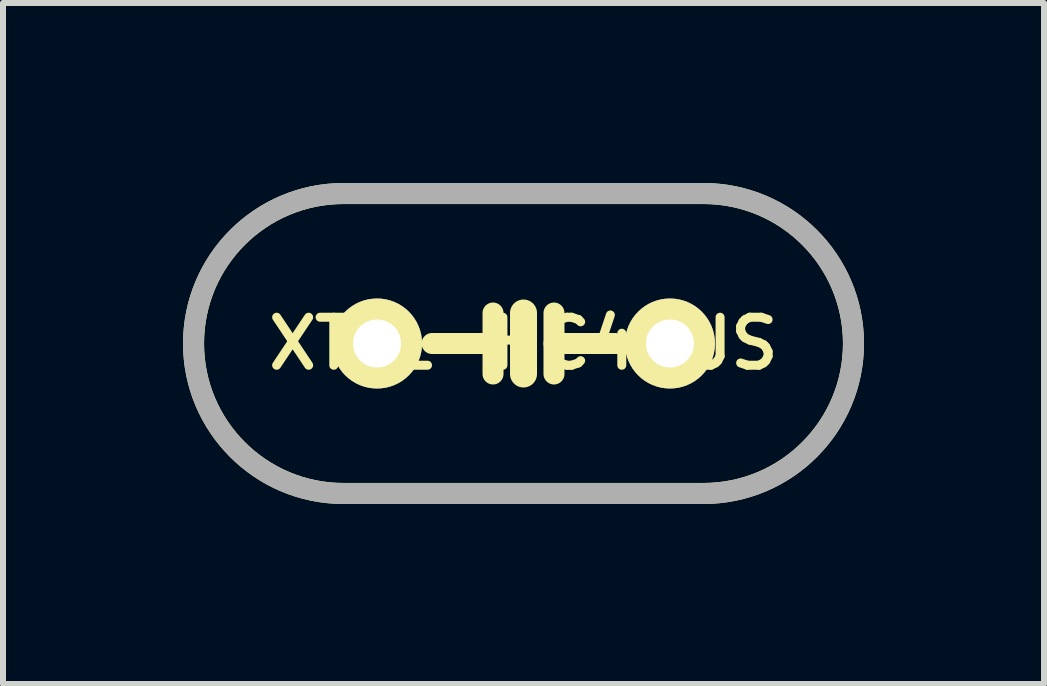
<source format=kicad_pcb>
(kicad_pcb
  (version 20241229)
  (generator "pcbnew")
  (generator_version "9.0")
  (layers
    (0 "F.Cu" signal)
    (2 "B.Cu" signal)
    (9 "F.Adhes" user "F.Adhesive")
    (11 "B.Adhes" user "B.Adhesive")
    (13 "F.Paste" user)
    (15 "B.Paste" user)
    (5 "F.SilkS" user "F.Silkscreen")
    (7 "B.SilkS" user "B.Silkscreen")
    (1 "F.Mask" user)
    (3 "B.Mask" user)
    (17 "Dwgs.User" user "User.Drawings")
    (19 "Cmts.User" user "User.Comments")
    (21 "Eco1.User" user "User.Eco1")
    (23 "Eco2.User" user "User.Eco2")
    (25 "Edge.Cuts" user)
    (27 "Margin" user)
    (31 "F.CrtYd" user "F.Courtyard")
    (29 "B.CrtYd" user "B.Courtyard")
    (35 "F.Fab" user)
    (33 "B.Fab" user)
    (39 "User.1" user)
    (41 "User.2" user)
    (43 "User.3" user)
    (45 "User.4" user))
  (footprint "XTAL-HC49US"
    (layer "F.Cu")
    (at 5.675 2.675)
    (property "Reference" "XTAL-HC49US" (at 0 0 0) (layer "F.SilkS") (effects (font (size 0.8 0.8) (thickness 0.15))))
    (attr through_hole)
    (fp_line (start -3 2.499) (end 3 2.499) (stroke (width 0.35) (type solid)) (layer "F.SilkS"))
    (fp_line (start -0.508 -0.508) (end -0.508 0.508) (stroke (width 0.35) (type solid)) (layer "F.SilkS"))
    (fp_line (start -0.508 0) (end -1.524 0) (stroke (width 0.35) (type solid)) (layer "F.SilkS"))
    (fp_line (start 0 -0.508) (end 0 0.508) (stroke (width 0.45) (type solid)) (layer "F.SilkS"))
    (fp_line (start 0.508 -0.508) (end 0.508 0.508) (stroke (width 0.35) (type solid)) (layer "F.SilkS"))
    (fp_line (start 0.508 0) (end 1.524 0) (stroke (width 0.35) (type solid)) (layer "F.SilkS"))
    (fp_line (start 3 -2.499) (end -3 -2.499) (stroke (width 0.35) (type solid)) (layer "F.SilkS"))
    (fp_arc (start -5.4991 0) (mid -4.767054 -1.767314) (end -2.99974 -2.49936) (stroke (width 0.35) (type solid)) (layer "F.SilkS"))
    (fp_arc (start -2.99974 2.49936) (mid -4.767054 1.767314) (end -5.4991 0) (stroke (width 0.35) (type solid)) (layer "F.SilkS"))
    (fp_arc (start 2.99974 -2.49936) (mid 4.767054 -1.767314) (end 5.4991 0) (stroke (width 0.35) (type solid)) (layer "F.SilkS"))
    (fp_arc (start 5.4991 0) (mid 4.767054 1.767314) (end 2.99974 2.49936) (stroke (width 0.35) (type solid)) (layer "F.SilkS"))
    (fp_line (start -3 2.5) (end 3 2.5) (stroke (width 0.35) (type solid)) (layer "F.Fab"))
    (fp_line (start 3 -2.5) (end -3 -2.5) (stroke (width 0.35) (type solid)) (layer "F.Fab"))
    (fp_arc (start -5.5 0) (mid -4.767767 -1.767767) (end -3 -2.5) (stroke (width 0.35) (type solid)) (layer "F.Fab"))
    (fp_arc (start -3 2.5) (mid -4.767767 1.767767) (end -5.5 0) (stroke (width 0.35) (type solid)) (layer "F.Fab"))
    (fp_arc (start 3 -2.5) (mid 4.767767 -1.767767) (end 5.5 0) (stroke (width 0.35) (type solid)) (layer "F.Fab"))
    (fp_arc (start 5.5 0) (mid 4.767767 1.767767) (end 3 2.5) (stroke (width 0.35) (type solid)) (layer "F.Fab"))
    (pad "1" thru_hole circle (at -2.441 0) (size 1.5 1.5) (drill 0.8) (layers "*.Cu" "*.Mask" "F.SilkS"))
    (pad "2" thru_hole circle (at 2.441 0) (size 1.5 1.5) (drill 0.8) (layers "*.Cu" "*.Mask" "F.SilkS")))
  (gr_rect
    (start -3 -3)
    (end 14.35 8.35)
    (stroke (width 0.1) (type default))
    (fill no)
    (layer "Edge.Cuts")))
</source>
